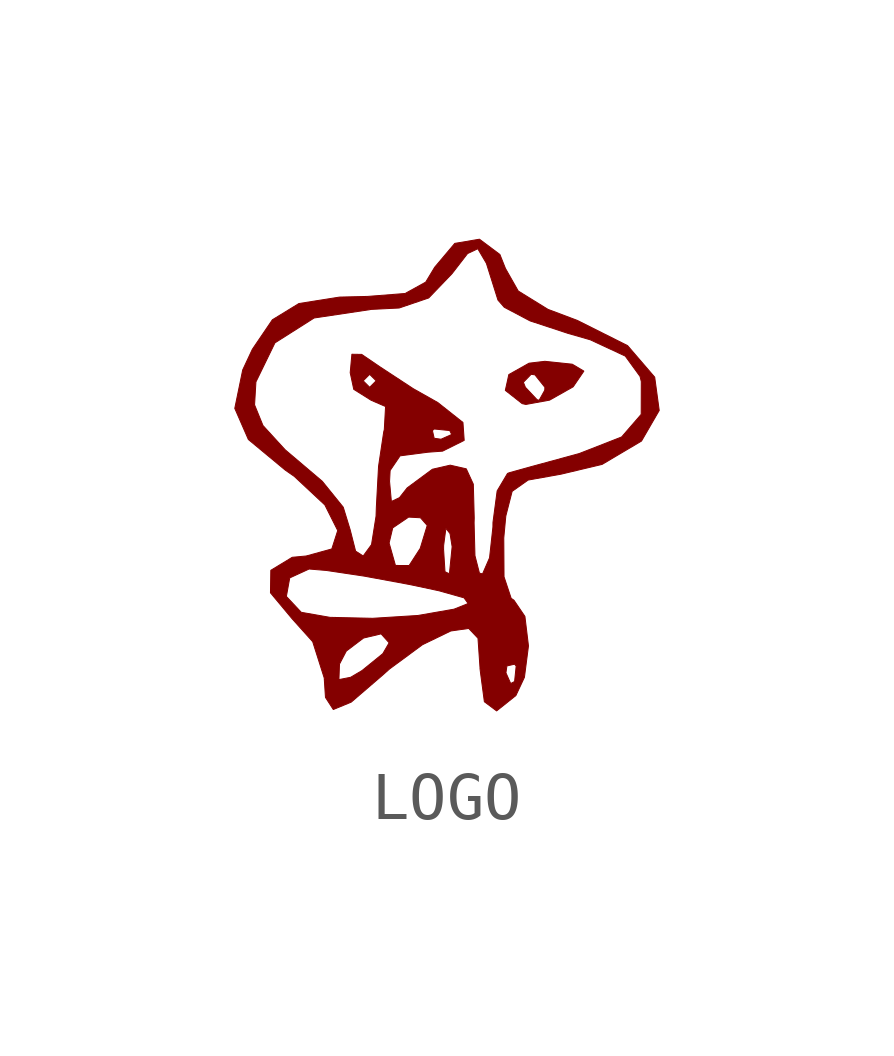
<source format=kicad_sym>
(kicad_symbol_lib
  (version 20220914)
  (generator bitmap2component)
  (symbol "LOGO"
    (pin_names
      (offset 1.016))
    (property "Reference" "#G"
      (at 0 5.31 0)
      (effects (font (size 1.27 1.27)) hide))
    (symbol "LOGO_0_0"
      (polyline (pts (xy 1.558 -4.796) (xy 1.736 -4.416) (xy 1.82 -3.763) (xy 1.746 -3.148) (xy 1.518 -2.812) (xy 1.46 -2.772) (xy 1.311 -2.324) (xy 1.306 -1.515) (xy 1.348 -1.06) (xy 1.48 -0.545) (xy 1.813 -0.31) (xy 2.496 -0.188) (xy 3.353 0.016) (xy 4.173 0.502) (xy 4.542 1.139) (xy 4.448 1.832) (xy 3.883 2.489) (xy 2.836 3.014) (xy 2.227 3.243) (xy 1.607 3.626) (xy 1.341 4.095) (xy 1.225 4.386) (xy 0.8 4.704) (xy 0.286 4.617) (xy -0.132 4.121) (xy -0.319 3.811) (xy -0.748 3.574) (xy -1.528 3.513) (xy -2.113 3.499) (xy -2.959 3.365) (xy -3.511 3.027) (xy -3.928 2.413) (xy -4.129 1.983) (xy -4.279 1.255) (xy -3.882 1.255) (xy -3.854 1.733) (xy -3.458 2.546) (xy -2.642 3.064) (xy -1.449 3.243) (xy -0.871 3.272) (xy -0.257 3.481) (xy 0.228 3.986) (xy 0.552 4.405) (xy 0.765 4.506) (xy 0.944 4.202) (xy 1.185 3.437) (xy 1.316 3.287) (xy 1.854 3.003) (xy 2.644 2.743) (xy 3.107 2.61) (xy 3.835 2.271) (xy 4.143 1.847) (xy 4.169 1.741) (xy 4.167 1.058) (xy 3.759 0.587) (xy 2.877 0.242) (xy 2.617 0.171) (xy 1.879 -0.03) (xy 1.419 -0.158) (xy 1.384 -0.172) (xy 1.168 -0.536) (xy 1.081 -1.192) (xy 1.08 -1.287) (xy 1.01 -1.929) (xy 0.864 -2.264) (xy 0.799 -2.247) (xy 0.706 -1.884) (xy 0.688 -1.199) (xy 0.691 -1.1) (xy 0.672 -0.396) (xy 0.525 -0.076) (xy 0.191 0) (xy -0.18 -0.085) (xy -0.705 -0.473) (xy -0.865 -0.676) (xy -1.034 -0.756) (xy -1.072 -0.338) (xy -1.06 -0.111) (xy -0.853 0.194) (xy -0.27 0.27) (xy 0.032 0.292) (xy 0.482 0.516) (xy 0.456 0.889) (xy -0.068 1.304) (xy -0.575 1.59) (xy -1.284 2.055) (xy -1.652 2.306) (xy -1.856 2.309) (xy -1.891 1.924) (xy -1.855 1.756) (xy -1.621 1.756) (xy -1.486 1.891) (xy -1.351 1.756) (xy -1.486 1.621) (xy -1.621 1.756) (xy -1.855 1.756) (xy -1.817 1.578) (xy -1.455 1.351) (xy -1.155 1.221) (xy -1.181 0.743) (xy -1.186 0.721) (xy -0.18 0.721) (xy -0.141 0.753) (xy 0.18 0.721) (xy 0.222 0.639) (xy 0 0.54) (xy -0.143 0.56) (xy -0.18 0.721) (xy -1.186 0.721) (xy -1.193 0.695) (xy -1.301 -0.024) (xy -1.347 -0.878) (xy -1.353 -1.061) (xy -1.442 -1.621) (xy -1.081 -1.621) (xy -1.006 -1.306) (xy -0.675 -1.081) (xy -0.428 -1.095) (xy -0.288 -1.255) (xy -0.434 -1.734) (xy -0.449 -1.756) (xy 0.053 -1.756) (xy 0.054 -1.673) (xy 0.101 -1.314) (xy 0.187 -1.424) (xy 0.231 -1.698) (xy 0.177 -2.234) (xy 0.167 -2.259) (xy 0.082 -2.218) (xy 0.053 -1.756) (xy -0.449 -1.756) (xy -0.664 -2.089) (xy -0.949 -2.088) (xy -1.081 -1.621) (xy -1.442 -1.621) (xy -1.447 -1.653) (xy -1.621 -1.891) (xy -1.779 -1.789) (xy -1.891 -1.348) (xy -2.036 -0.875) (xy -2.473 -0.335) (xy -3.246 0.321) (xy -3.707 0.825) (xy -3.882 1.255) (xy -4.279 1.255) (xy -4.294 1.182) (xy -4.011 0.534) (xy -3.243 -0.103) (xy -3.056 -0.233) (xy -2.419 -0.828) (xy -2.151 -1.361) (xy -2.274 -1.744) (xy -2.808 -1.891) (xy -3.098 -1.918) (xy -3.544 -2.189) (xy -3.551 -2.657) (xy -3.488 -2.733) (xy -3.22 -2.733) (xy -3.15 -2.347) (xy -2.747 -2.162) (xy -2.386 -2.192) (xy -1.599 -2.31) (xy -0.653 -2.485) (xy -0.043 -2.615) (xy 0.479 -2.762) (xy 0.564 -2.88) (xy 0.27 -2.998) (xy -0.481 -3.129) (xy -1.424 -3.188) (xy -2.312 -3.168) (xy -2.905 -3.064) (xy -2.912 -3.061) (xy -3.22 -2.733) (xy -3.488 -2.733) (xy -3.095 -3.204) (xy -2.672 -3.675) (xy -2.432 -4.43) (xy -2.43 -4.464) (xy -2.126 -4.464) (xy -2.114 -4.141) (xy -1.972 -3.87) (xy -1.614 -3.599) (xy -1.248 -3.512) (xy -1.081 -3.698) (xy -1.212 -3.924) (xy -1.644 -4.275) (xy -1.882 -4.416) (xy -2.126 -4.464) (xy -2.43 -4.464) (xy -2.406 -4.835) (xy -2.243 -5.087) (xy -1.87 -4.933) (xy -1.216 -4.371) (xy -1.075 -4.245) (xy -0.387 -3.738) (xy 0.203 -3.452) (xy 0.576 -3.399) (xy 0.769 -3.603) (xy 0.811 -4.214) (xy 0.811 -4.234) (xy 0.822 -4.323) (xy 1.351 -4.323) (xy 1.371 -4.18) (xy 1.531 -4.143) (xy 1.564 -4.183) (xy 1.531 -4.504) (xy 1.45 -4.546) (xy 1.351 -4.323) (xy 0.822 -4.323) (xy 0.902 -4.925) (xy 1.157 -5.116) (xy 1.558 -4.796)) (stroke (width 0.01) (type default)) (fill (type outline)))
      (polyline (pts (xy 2.26 1.354) (xy 2.75 1.631) (xy 2.972 1.956) (xy 2.972 1.959) (xy 2.731 2.102) (xy 2.162 2.162) (xy 1.832 2.123) (xy 1.411 1.886) (xy 1.376 1.726) (xy 1.714 1.726) (xy 1.875 1.891) (xy 1.954 1.881) (xy 2.162 1.621) (xy 2.159 1.56) (xy 2.042 1.351) (xy 1.999 1.363) (xy 1.756 1.621) (xy 1.714 1.726) (xy 1.376 1.726) (xy 1.338 1.557) (xy 1.689 1.281) (xy 1.766 1.264) (xy 2.26 1.354)) (stroke (width 0.01) (type default)) (fill (type outline))))))
</source>
